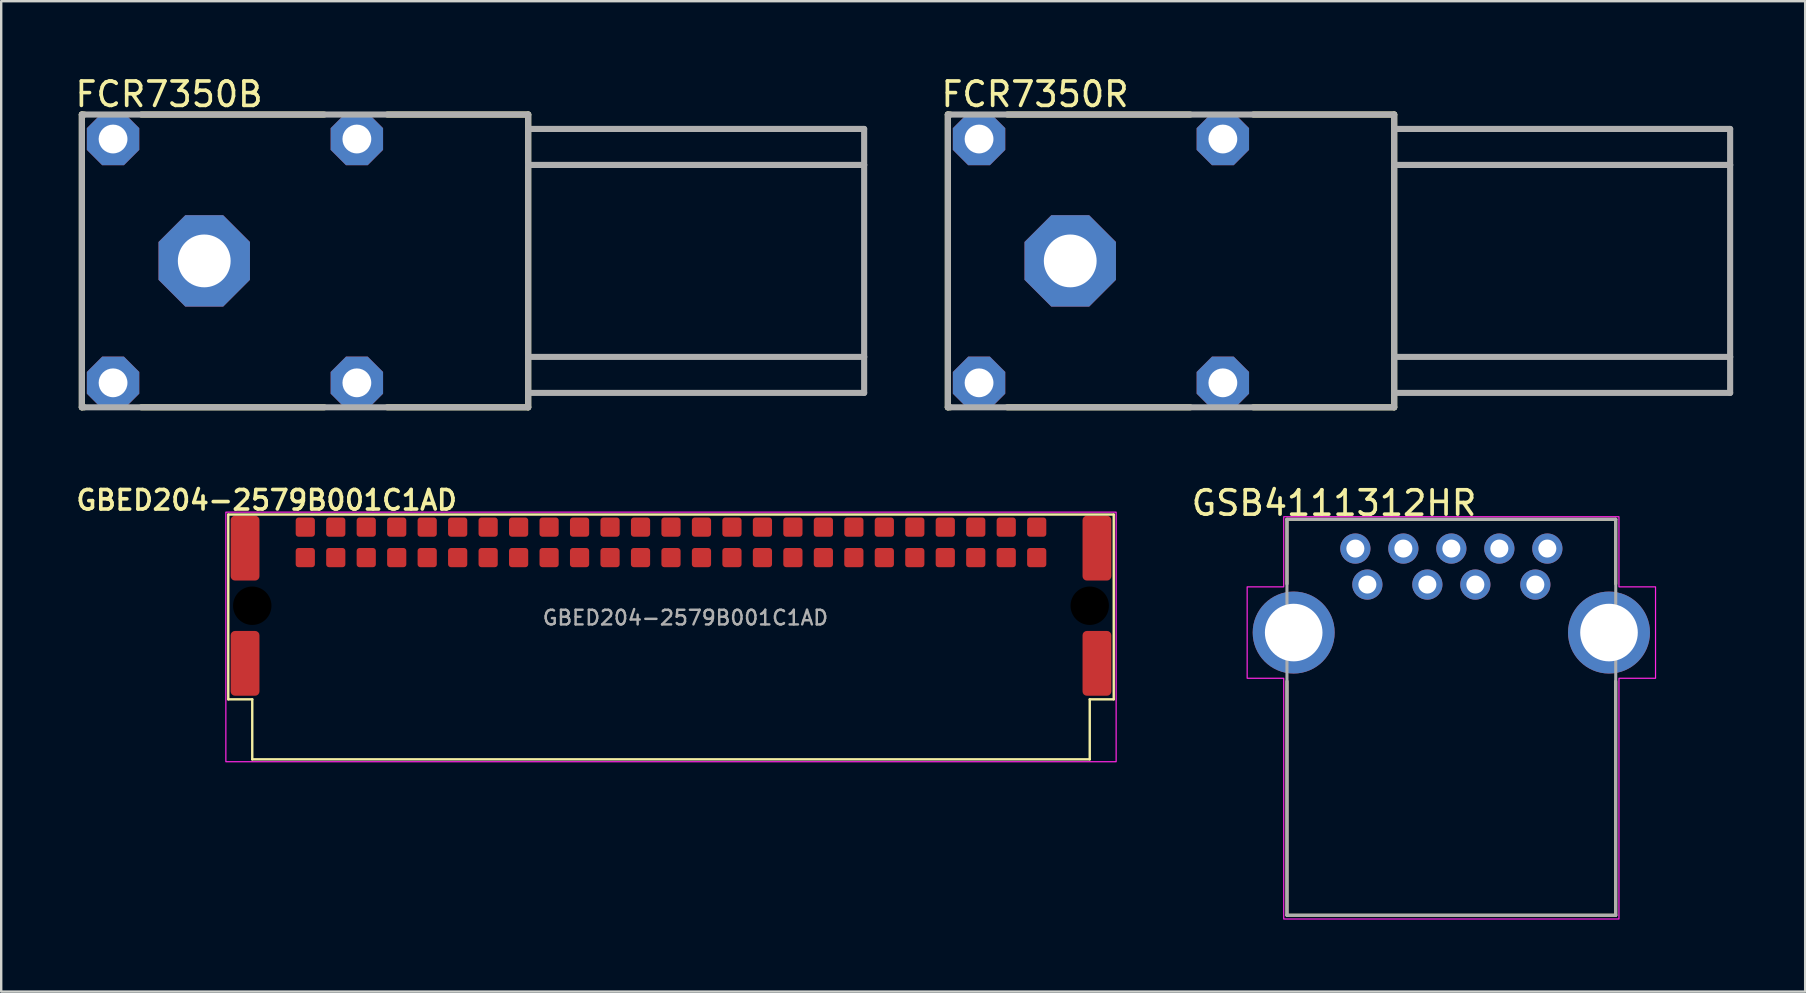
<source format=kicad_pcb>
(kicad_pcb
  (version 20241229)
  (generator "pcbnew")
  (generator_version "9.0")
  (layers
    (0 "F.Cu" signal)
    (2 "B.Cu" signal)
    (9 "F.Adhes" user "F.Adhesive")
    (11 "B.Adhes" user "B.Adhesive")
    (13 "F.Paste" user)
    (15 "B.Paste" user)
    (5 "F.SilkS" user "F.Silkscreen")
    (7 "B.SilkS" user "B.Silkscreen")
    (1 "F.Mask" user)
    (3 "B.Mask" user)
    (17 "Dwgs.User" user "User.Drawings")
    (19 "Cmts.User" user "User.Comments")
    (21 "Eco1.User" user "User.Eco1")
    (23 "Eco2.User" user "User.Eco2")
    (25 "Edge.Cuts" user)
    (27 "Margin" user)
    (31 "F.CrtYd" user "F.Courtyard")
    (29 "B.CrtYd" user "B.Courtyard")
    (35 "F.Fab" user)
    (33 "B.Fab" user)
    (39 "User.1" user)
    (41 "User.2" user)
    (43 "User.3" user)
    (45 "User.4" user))
  (footprint "FCR7350B"
    (layer "F.Cu")
    (at 5.461 7.823)
    (property "Reference" "FCR7350B" (at -5.461 -6.35 0) (layer "F.SilkS") (effects (font (size 1.016 1.016) (thickness 0.152)) (justify left bottom)))
    (attr through_hole)
    (fp_line (start -5.1 -6.1) (end -5 -6.1) (stroke (width 0.254) (type solid)) (layer "F.SilkS"))
    (fp_line (start -5.1 6.1) (end -5.1 -6.1) (stroke (width 0.254) (type solid)) (layer "F.SilkS"))
    (fp_line (start -5.1 6.1) (end -5 6.1) (stroke (width 0.254) (type solid)) (layer "F.SilkS"))
    (fp_line (start -2.62 -6.1) (end 5 -6.1) (stroke (width 0.254) (type solid)) (layer "F.SilkS"))
    (fp_line (start -2.62 6.1) (end 5 6.1) (stroke (width 0.254) (type solid)) (layer "F.SilkS"))
    (fp_line (start 7.63 -6.1) (end 13.5 -6.1) (stroke (width 0.254) (type solid)) (layer "F.SilkS"))
    (fp_line (start 7.63 6.1) (end 13.5 6.1) (stroke (width 0.254) (type solid)) (layer "F.SilkS"))
    (fp_line (start 13.5 6.1) (end 13.5 -6.1) (stroke (width 0.254) (type solid)) (layer "F.SilkS"))
    (fp_line (start -5.1 -6.1) (end 13.5 -6.1) (stroke (width 0.254) (type solid)) (layer "F.Fab"))
    (fp_line (start -5.1 6.1) (end -5.1 -6.1) (stroke (width 0.254) (type solid)) (layer "F.Fab"))
    (fp_line (start -5.1 6.1) (end 13.5 6.1) (stroke (width 0.254) (type solid)) (layer "F.Fab"))
    (fp_line (start 13.5 6.1) (end 13.5 -6.1) (stroke (width 0.254) (type solid)) (layer "F.Fab"))
    (fp_line (start 27.5 -5.5) (end 13.5 -5.5) (stroke (width 0.254) (type solid)) (layer "F.Fab"))
    (fp_line (start 27.5 -5.5) (end 27.5 -4) (stroke (width 0.254) (type solid)) (layer "F.Fab"))
    (fp_line (start 27.5 -4) (end 13.5 -4) (stroke (width 0.254) (type solid)) (layer "F.Fab"))
    (fp_line (start 27.5 -4) (end 27.5 4) (stroke (width 0.254) (type solid)) (layer "F.Fab"))
    (fp_line (start 27.5 4) (end 13.5 4) (stroke (width 0.254) (type solid)) (layer "F.Fab"))
    (fp_line (start 27.5 4) (end 27.5 5.5) (stroke (width 0.254) (type solid)) (layer "F.Fab"))
    (fp_line (start 27.5 5.5) (end 13.5 5.5) (stroke (width 0.254) (type solid)) (layer "F.Fab"))
    (pad "" thru_hole roundrect (at -3.8 -5.08) (size 2.184 2.184) (drill 1.2) (layers "*.Cu" "*.Mask") (roundrect_rratio 0.25) (chamfer_ratio 0.293) (chamfer top_left top_right bottom_left bottom_right))
    (pad "" thru_hole roundrect (at -3.8 5.08) (size 2.184 2.184) (drill 1.2) (layers "*.Cu" "*.Mask") (roundrect_rratio 0.25) (chamfer_ratio 0.293) (chamfer top_left top_right bottom_left bottom_right))
    (pad "" thru_hole roundrect (at 6.36 -5.08) (size 2.184 2.184) (drill 1.2) (layers "*.Cu" "*.Mask") (roundrect_rratio 0.25) (chamfer_ratio 0.293) (chamfer top_left top_right bottom_left bottom_right))
    (pad "" thru_hole roundrect (at 6.36 5.08) (size 2.184 2.184) (drill 1.2) (layers "*.Cu" "*.Mask") (roundrect_rratio 0.25) (chamfer_ratio 0.293) (chamfer top_left top_right bottom_left bottom_right))
    (pad "1" thru_hole roundrect (at 0 0) (size 3.81 3.81) (drill 2.2) (layers "*.Cu" "*.Mask") (roundrect_rratio 0.25) (chamfer_ratio 0.293) (chamfer top_left top_right bottom_left bottom_right)))
  (footprint "GSB4111312HR"
    (layer "F.Cu")
    (at 57.431 23.31)
    (property "Reference" "GSB4111312HR" (at -4.889 -5.397 0) (layer "F.SilkS") (effects (font (size 1.016 1.016) (thickness 0.152))))
    (attr through_hole)
    (fp_line (start -6.85 -4.72) (end -6.85 -2.028) (stroke (width 0.127) (type solid)) (layer "F.SilkS"))
    (fp_line (start -6.85 11.78) (end -6.85 2.028) (stroke (width 0.127) (type solid)) (layer "F.SilkS"))
    (fp_line (start -6.85 11.78) (end 6.85 11.78) (stroke (width 0.127) (type solid)) (layer "F.SilkS"))
    (fp_line (start 6.85 -4.72) (end -6.85 -4.72) (stroke (width 0.127) (type solid)) (layer "F.SilkS"))
    (fp_line (start 6.85 -2.028) (end 6.85 -4.72) (stroke (width 0.127) (type solid)) (layer "F.SilkS"))
    (fp_line (start 6.85 11.78) (end 6.85 2.028) (stroke (width 0.127) (type solid)) (layer "F.SilkS"))
    (fp_poly (pts (xy 6.985 -4.826) (xy -6.985 -4.826) (xy -6.985 -1.905) (xy -8.509 -1.905) (xy -8.509 1.905) (xy -6.985 1.905) (xy -6.985 11.938) (xy 6.985 11.938) (xy 6.985 1.905) (xy 8.509 1.905) (xy 8.509 -1.905) (xy 6.985 -1.905)) (stroke (width 0.05) (type solid)) (fill no) (layer "F.CrtYd"))
    (fp_line (start -6.85 -4.72) (end -6.85 11.78) (stroke (width 0.127) (type solid)) (layer "F.Fab"))
    (fp_line (start -6.85 11.78) (end 6.85 11.78) (stroke (width 0.127) (type solid)) (layer "F.Fab"))
    (fp_line (start 6.85 -4.72) (end -6.85 -4.72) (stroke (width 0.127) (type solid)) (layer "F.Fab"))
    (fp_line (start 6.85 11.78) (end 6.85 -4.72) (stroke (width 0.127) (type solid)) (layer "F.Fab"))
    (pad "1" thru_hole oval (at -3.5 -2) (size 1.258 1.258) (drill 0.75) (layers "*.Cu" "*.Mask"))
    (pad "2" thru_hole circle (at -1 -2) (size 1.258 1.258) (drill 0.75) (layers "*.Cu" "*.Mask"))
    (pad "3" thru_hole circle (at 1 -2) (size 1.258 1.258) (drill 0.75) (layers "*.Cu" "*.Mask"))
    (pad "4" thru_hole circle (at 3.5 -2) (size 1.258 1.258) (drill 0.75) (layers "*.Cu" "*.Mask"))
    (pad "5" thru_hole circle (at 4 -3.5) (size 1.258 1.258) (drill 0.75) (layers "*.Cu" "*.Mask"))
    (pad "6" thru_hole circle (at 2 -3.5) (size 1.258 1.258) (drill 0.75) (layers "*.Cu" "*.Mask"))
    (pad "7" thru_hole circle (at 0 -3.5) (size 1.258 1.258) (drill 0.75) (layers "*.Cu" "*.Mask"))
    (pad "8" thru_hole circle (at -2 -3.5) (size 1.258 1.258) (drill 0.75) (layers "*.Cu" "*.Mask"))
    (pad "9" thru_hole circle (at -4 -3.5) (size 1.258 1.258) (drill 0.75) (layers "*.Cu" "*.Mask"))
    (pad "SH" thru_hole circle (at -6.57 0) (size 3.416 3.416) (drill 2.4) (layers "*.Cu" "*.Mask"))
    (pad "SH" thru_hole circle (at 6.57 0) (size 3.416 3.416) (drill 2.4) (layers "*.Cu" "*.Mask")))
  (footprint "GBED204-2579B001C1AD"
    (layer "F.Cu")
    (at 7.462 22.193)
    (property "Reference" "GBED204-2579B001C1AD" (at 0.6 -4.4 0) (unlocked yes) (layer "F.SilkS") (effects (font (size 0.813 0.813) (thickness 0.152) (bold yes))))
    (attr smd)
    (fp_line (start -1 -3.8) (end 35.9 -3.8) (stroke (width 0.1) (type default)) (layer "F.SilkS"))
    (fp_line (start -1 3.9) (end -1 -3.8) (stroke (width 0.1) (type default)) (layer "F.SilkS"))
    (fp_line (start -1 3.9) (end 0 3.9) (stroke (width 0.1) (type default)) (layer "F.SilkS"))
    (fp_line (start 0 3.9) (end 0 6.4) (stroke (width 0.1) (type default)) (layer "F.SilkS"))
    (fp_line (start 34.9 3.9) (end 34.9 6.4) (stroke (width 0.1) (type default)) (layer "F.SilkS"))
    (fp_line (start 34.9 6.4) (end 0 6.4) (stroke (width 0.1) (type default)) (layer "F.SilkS"))
    (fp_line (start 35.9 -3.8) (end 35.9 3.9) (stroke (width 0.1) (type default)) (layer "F.SilkS"))
    (fp_line (start 35.9 3.9) (end 34.9 3.9) (stroke (width 0.1) (type default)) (layer "F.SilkS"))
    (fp_rect (start -1.1 -3.9) (end 36 6.5) (stroke (width 0.05) (type default)) (fill no) (layer "F.CrtYd"))
    (fp_text user "${REFERENCE}" (at 18.05 0.5 0) (unlocked yes) (layer "F.Fab") (effects (font (size 0.61 0.61) (thickness 0.102) (bold yes))))
    (pad "" smd roundrect (at -0.3 -2.4) (size 1.2 2.7) (layers "F.Cu" "F.Mask" "F.Paste") (roundrect_rratio 0.15))
    (pad "" smd roundrect (at -0.3 2.4) (size 1.2 2.7) (layers "F.Cu" "F.Mask" "F.Paste") (roundrect_rratio 0.15))
    (pad "" np_thru_hole circle (at 0 0) (size 1.6 1.6) (drill 1.6) (layers "*.Mask"))
    (pad "" np_thru_hole circle (at 34.9 0) (size 1.6 1.6) (drill 1.6) (layers "*.Mask"))
    (pad "" smd roundrect (at 35.2 -2.4) (size 1.2 2.7) (layers "F.Cu" "F.Mask" "F.Paste") (roundrect_rratio 0.15))
    (pad "" smd roundrect (at 35.2 2.4) (size 1.2 2.7) (layers "F.Cu" "F.Mask" "F.Paste") (roundrect_rratio 0.15))
    (pad "1" smd roundrect (at 32.69 -2.007) (size 0.8 0.8) (layers "F.Cu" "F.Mask" "F.Paste") (roundrect_rratio 0.15))
    (pad "2" smd roundrect (at 31.42 -2.007) (size 0.8 0.8) (layers "F.Cu" "F.Mask" "F.Paste") (roundrect_rratio 0.15))
    (pad "3" smd roundrect (at 30.15 -2.007) (size 0.8 0.8) (layers "F.Cu" "F.Mask" "F.Paste") (roundrect_rratio 0.15))
    (pad "4" smd roundrect (at 28.88 -2.007) (size 0.8 0.8) (layers "F.Cu" "F.Mask" "F.Paste") (roundrect_rratio 0.15))
    (pad "5" smd roundrect (at 27.61 -2.007) (size 0.8 0.8) (layers "F.Cu" "F.Mask" "F.Paste") (roundrect_rratio 0.15))
    (pad "6" smd roundrect (at 26.34 -2.007) (size 0.8 0.8) (layers "F.Cu" "F.Mask" "F.Paste") (roundrect_rratio 0.15))
    (pad "7" smd roundrect (at 25.07 -2.007) (size 0.8 0.8) (layers "F.Cu" "F.Mask" "F.Paste") (roundrect_rratio 0.15))
    (pad "8" smd roundrect (at 23.8 -2.007) (size 0.8 0.8) (layers "F.Cu" "F.Mask" "F.Paste") (roundrect_rratio 0.15))
    (pad "9" smd roundrect (at 22.53 -2.007) (size 0.8 0.8) (layers "F.Cu" "F.Mask" "F.Paste") (roundrect_rratio 0.15))
    (pad "10" smd roundrect (at 21.26 -2.007) (size 0.8 0.8) (layers "F.Cu" "F.Mask" "F.Paste") (roundrect_rratio 0.15))
    (pad "11" smd roundrect (at 19.99 -2.007) (size 0.8 0.8) (layers "F.Cu" "F.Mask" "F.Paste") (roundrect_rratio 0.15))
    (pad "12" smd roundrect (at 18.72 -2.007) (size 0.8 0.8) (layers "F.Cu" "F.Mask" "F.Paste") (roundrect_rratio 0.15))
    (pad "13" smd roundrect (at 17.45 -2.007) (size 0.8 0.8) (layers "F.Cu" "F.Mask" "F.Paste") (roundrect_rratio 0.15))
    (pad "14" smd roundrect (at 16.18 -2.007) (size 0.8 0.8) (layers "F.Cu" "F.Mask" "F.Paste") (roundrect_rratio 0.15))
    (pad "15" smd roundrect (at 14.91 -2.007) (size 0.8 0.8) (layers "F.Cu" "F.Mask" "F.Paste") (roundrect_rratio 0.15))
    (pad "16" smd roundrect (at 13.64 -2.007) (size 0.8 0.8) (layers "F.Cu" "F.Mask" "F.Paste") (roundrect_rratio 0.15))
    (pad "17" smd roundrect (at 12.37 -2.007) (size 0.8 0.8) (layers "F.Cu" "F.Mask" "F.Paste") (roundrect_rratio 0.15))
    (pad "18" smd roundrect (at 11.1 -2.007) (size 0.8 0.8) (layers "F.Cu" "F.Mask" "F.Paste") (roundrect_rratio 0.15))
    (pad "19" smd roundrect (at 9.83 -2.007) (size 0.8 0.8) (layers "F.Cu" "F.Mask" "F.Paste") (roundrect_rratio 0.15))
    (pad "20" smd roundrect (at 8.56 -2.007) (size 0.8 0.8) (layers "F.Cu" "F.Mask" "F.Paste") (roundrect_rratio 0.15))
    (pad "21" smd roundrect (at 7.29 -2.007) (size 0.8 0.8) (layers "F.Cu" "F.Mask" "F.Paste") (roundrect_rratio 0.15))
    (pad "22" smd roundrect (at 6.02 -2.007) (size 0.8 0.8) (layers "F.Cu" "F.Mask" "F.Paste") (roundrect_rratio 0.15))
    (pad "23" smd roundrect (at 4.75 -2.007) (size 0.8 0.8) (layers "F.Cu" "F.Mask" "F.Paste") (roundrect_rratio 0.15))
    (pad "24" smd roundrect (at 3.48 -2.007) (size 0.8 0.8) (layers "F.Cu" "F.Mask" "F.Paste") (roundrect_rratio 0.15))
    (pad "25" smd roundrect (at 2.21 -2.007) (size 0.8 0.8) (layers "F.Cu" "F.Mask" "F.Paste") (roundrect_rratio 0.15))
    (pad "26" smd roundrect (at 32.69 -3.277) (size 0.8 0.8) (layers "F.Cu" "F.Mask" "F.Paste") (roundrect_rratio 0.15))
    (pad "27" smd roundrect (at 31.42 -3.277) (size 0.8 0.8) (layers "F.Cu" "F.Mask" "F.Paste") (roundrect_rratio 0.15))
    (pad "28" smd roundrect (at 30.15 -3.277) (size 0.8 0.8) (layers "F.Cu" "F.Mask" "F.Paste") (roundrect_rratio 0.15))
    (pad "29" smd roundrect (at 28.88 -3.277) (size 0.8 0.8) (layers "F.Cu" "F.Mask" "F.Paste") (roundrect_rratio 0.15))
    (pad "30" smd roundrect (at 27.61 -3.277) (size 0.8 0.8) (layers "F.Cu" "F.Mask" "F.Paste") (roundrect_rratio 0.15))
    (pad "31" smd roundrect (at 26.34 -3.277) (size 0.8 0.8) (layers "F.Cu" "F.Mask" "F.Paste") (roundrect_rratio 0.15))
    (pad "32" smd roundrect (at 25.07 -3.277) (size 0.8 0.8) (layers "F.Cu" "F.Mask" "F.Paste") (roundrect_rratio 0.15))
    (pad "33" smd roundrect (at 23.8 -3.277) (size 0.8 0.8) (layers "F.Cu" "F.Mask" "F.Paste") (roundrect_rratio 0.15))
    (pad "34" smd roundrect (at 22.53 -3.277) (size 0.8 0.8) (layers "F.Cu" "F.Mask" "F.Paste") (roundrect_rratio 0.15))
    (pad "35" smd roundrect (at 21.26 -3.277) (size 0.8 0.8) (layers "F.Cu" "F.Mask" "F.Paste") (roundrect_rratio 0.15))
    (pad "36" smd roundrect (at 19.99 -3.277) (size 0.8 0.8) (layers "F.Cu" "F.Mask" "F.Paste") (roundrect_rratio 0.15))
    (pad "37" smd roundrect (at 18.72 -3.277) (size 0.8 0.8) (layers "F.Cu" "F.Mask" "F.Paste") (roundrect_rratio 0.15))
    (pad "38" smd roundrect (at 17.45 -3.277) (size 0.8 0.8) (layers "F.Cu" "F.Mask" "F.Paste") (roundrect_rratio 0.15))
    (pad "39" smd roundrect (at 16.18 -3.277) (size 0.8 0.8) (layers "F.Cu" "F.Mask" "F.Paste") (roundrect_rratio 0.15))
    (pad "40" smd roundrect (at 14.91 -3.277) (size 0.8 0.8) (layers "F.Cu" "F.Mask" "F.Paste") (roundrect_rratio 0.15))
    (pad "41" smd roundrect (at 13.64 -3.277) (size 0.8 0.8) (layers "F.Cu" "F.Mask" "F.Paste") (roundrect_rratio 0.15))
    (pad "42" smd roundrect (at 12.37 -3.277) (size 0.8 0.8) (layers "F.Cu" "F.Mask" "F.Paste") (roundrect_rratio 0.15))
    (pad "43" smd roundrect (at 11.1 -3.277) (size 0.8 0.8) (layers "F.Cu" "F.Mask" "F.Paste") (roundrect_rratio 0.15))
    (pad "44" smd roundrect (at 9.83 -3.277) (size 0.8 0.8) (layers "F.Cu" "F.Mask" "F.Paste") (roundrect_rratio 0.15))
    (pad "45" smd roundrect (at 8.56 -3.277) (size 0.8 0.8) (layers "F.Cu" "F.Mask" "F.Paste") (roundrect_rratio 0.15))
    (pad "46" smd roundrect (at 7.29 -3.277) (size 0.8 0.8) (layers "F.Cu" "F.Mask" "F.Paste") (roundrect_rratio 0.15))
    (pad "47" smd roundrect (at 6.02 -3.277) (size 0.8 0.8) (layers "F.Cu" "F.Mask" "F.Paste") (roundrect_rratio 0.15))
    (pad "48" smd roundrect (at 4.75 -3.277) (size 0.8 0.8) (layers "F.Cu" "F.Mask" "F.Paste") (roundrect_rratio 0.15))
    (pad "49" smd roundrect (at 3.48 -3.277) (size 0.8 0.8) (layers "F.Cu" "F.Mask" "F.Paste") (roundrect_rratio 0.15))
    (pad "50" smd roundrect (at 2.21 -3.277) (size 0.8 0.8) (layers "F.Cu" "F.Mask" "F.Paste") (roundrect_rratio 0.15)))
  (footprint "FCR7350R"
    (layer "F.Cu")
    (at 41.549 7.823)
    (property "Reference" "FCR7350R" (at -5.461 -6.35 0) (layer "F.SilkS") (effects (font (size 1.016 1.016) (thickness 0.152)) (justify left bottom)))
    (attr through_hole)
    (fp_line (start -5.1 -6.1) (end -5 -6.1) (stroke (width 0.254) (type solid)) (layer "F.SilkS"))
    (fp_line (start -5.1 6.1) (end -5.1 -6.1) (stroke (width 0.254) (type solid)) (layer "F.SilkS"))
    (fp_line (start -5.1 6.1) (end -5 6.1) (stroke (width 0.254) (type solid)) (layer "F.SilkS"))
    (fp_line (start -2.62 -6.1) (end 5 -6.1) (stroke (width 0.254) (type solid)) (layer "F.SilkS"))
    (fp_line (start -2.62 6.1) (end 5 6.1) (stroke (width 0.254) (type solid)) (layer "F.SilkS"))
    (fp_line (start 7.63 -6.1) (end 13.5 -6.1) (stroke (width 0.254) (type solid)) (layer "F.SilkS"))
    (fp_line (start 7.63 6.1) (end 13.5 6.1) (stroke (width 0.254) (type solid)) (layer "F.SilkS"))
    (fp_line (start 13.5 6.1) (end 13.5 -6.1) (stroke (width 0.254) (type solid)) (layer "F.SilkS"))
    (fp_line (start -5.1 -6.1) (end 13.5 -6.1) (stroke (width 0.254) (type solid)) (layer "F.Fab"))
    (fp_line (start -5.1 6.1) (end -5.1 -6.1) (stroke (width 0.254) (type solid)) (layer "F.Fab"))
    (fp_line (start -5.1 6.1) (end 13.5 6.1) (stroke (width 0.254) (type solid)) (layer "F.Fab"))
    (fp_line (start 13.5 6.1) (end 13.5 -6.1) (stroke (width 0.254) (type solid)) (layer "F.Fab"))
    (fp_line (start 27.5 -5.5) (end 13.5 -5.5) (stroke (width 0.254) (type solid)) (layer "F.Fab"))
    (fp_line (start 27.5 -5.5) (end 27.5 -4) (stroke (width 0.254) (type solid)) (layer "F.Fab"))
    (fp_line (start 27.5 -4) (end 13.5 -4) (stroke (width 0.254) (type solid)) (layer "F.Fab"))
    (fp_line (start 27.5 -4) (end 27.5 4) (stroke (width 0.254) (type solid)) (layer "F.Fab"))
    (fp_line (start 27.5 4) (end 13.5 4) (stroke (width 0.254) (type solid)) (layer "F.Fab"))
    (fp_line (start 27.5 4) (end 27.5 5.5) (stroke (width 0.254) (type solid)) (layer "F.Fab"))
    (fp_line (start 27.5 5.5) (end 13.5 5.5) (stroke (width 0.254) (type solid)) (layer "F.Fab"))
    (pad "" thru_hole roundrect (at -3.8 -5.08) (size 2.184 2.184) (drill 1.2) (layers "*.Cu" "*.Mask") (roundrect_rratio 0.25) (chamfer_ratio 0.293) (chamfer top_left top_right bottom_left bottom_right))
    (pad "" thru_hole roundrect (at -3.8 5.08) (size 2.184 2.184) (drill 1.2) (layers "*.Cu" "*.Mask") (roundrect_rratio 0.25) (chamfer_ratio 0.293) (chamfer top_left top_right bottom_left bottom_right))
    (pad "" thru_hole roundrect (at 6.36 -5.08) (size 2.184 2.184) (drill 1.2) (layers "*.Cu" "*.Mask") (roundrect_rratio 0.25) (chamfer_ratio 0.293) (chamfer top_left top_right bottom_left bottom_right))
    (pad "" thru_hole roundrect (at 6.36 5.08) (size 2.184 2.184) (drill 1.2) (layers "*.Cu" "*.Mask") (roundrect_rratio 0.25) (chamfer_ratio 0.293) (chamfer top_left top_right bottom_left bottom_right))
    (pad "1" thru_hole roundrect (at 0 0) (size 3.81 3.81) (drill 2.2) (layers "*.Cu" "*.Mask") (roundrect_rratio 0.25) (chamfer_ratio 0.293) (chamfer top_left top_right bottom_left bottom_right)))
  (gr_rect
    (start -3 -3)
    (end 72.176 38.273)
    (stroke (width 0.1) (type default))
    (fill no)
    (layer "Edge.Cuts")))
</source>
